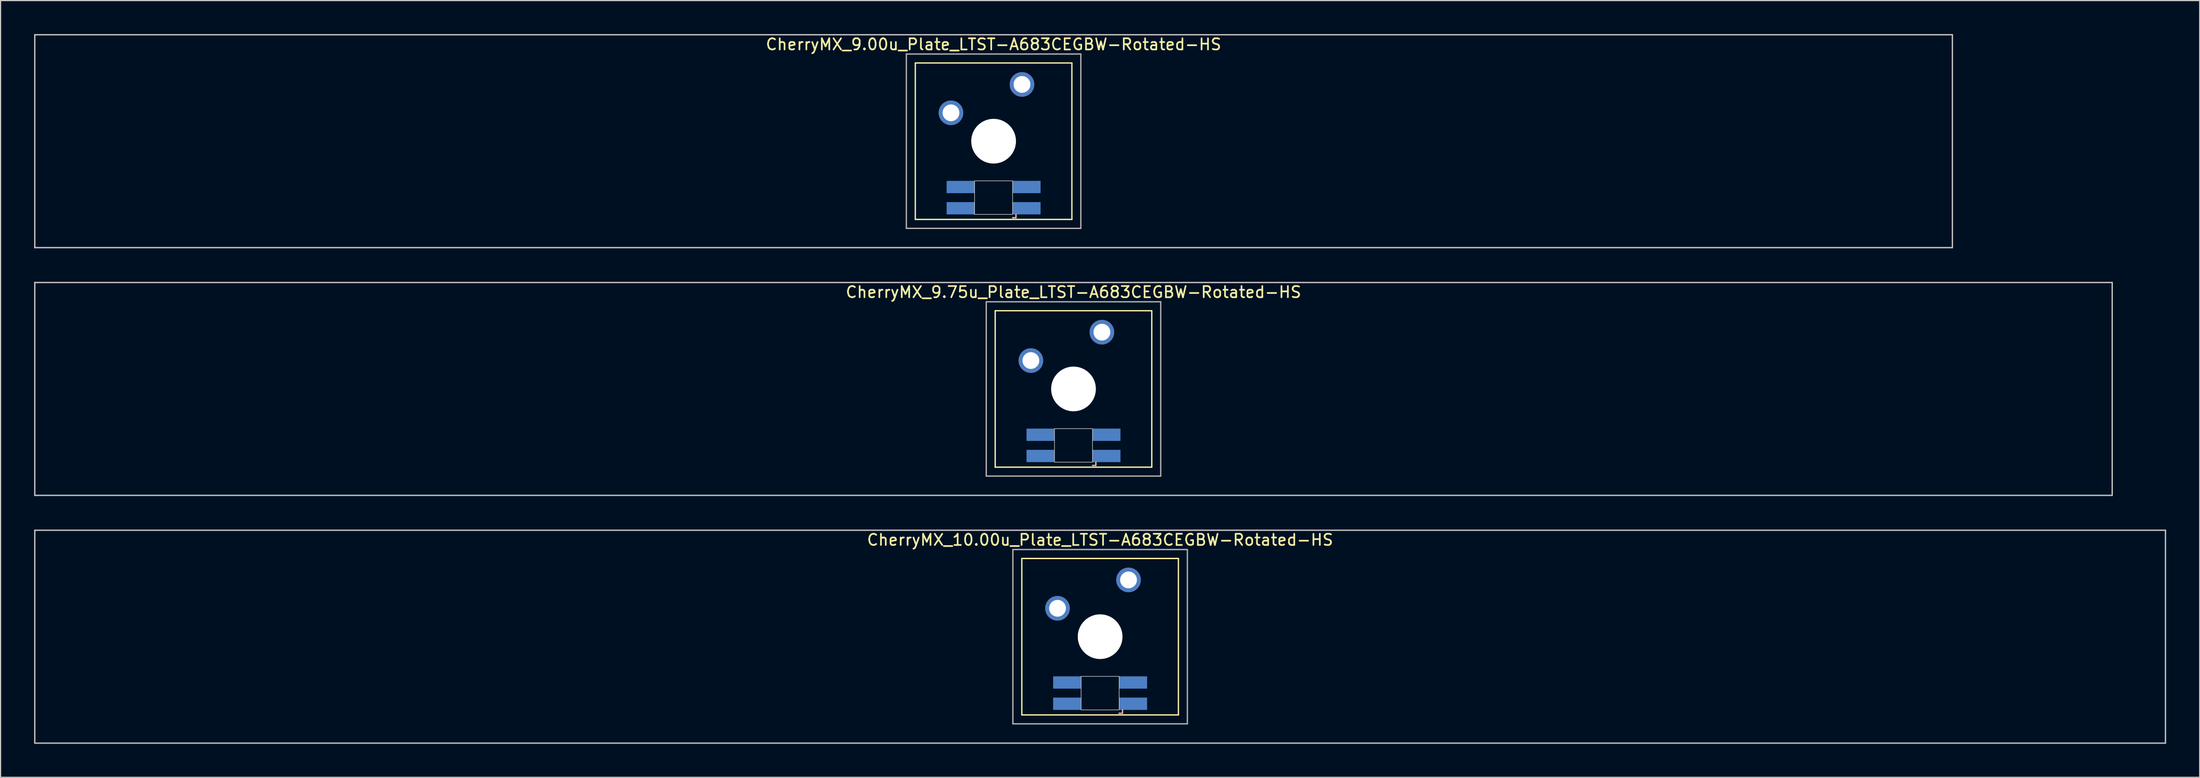
<source format=kicad_pcb>
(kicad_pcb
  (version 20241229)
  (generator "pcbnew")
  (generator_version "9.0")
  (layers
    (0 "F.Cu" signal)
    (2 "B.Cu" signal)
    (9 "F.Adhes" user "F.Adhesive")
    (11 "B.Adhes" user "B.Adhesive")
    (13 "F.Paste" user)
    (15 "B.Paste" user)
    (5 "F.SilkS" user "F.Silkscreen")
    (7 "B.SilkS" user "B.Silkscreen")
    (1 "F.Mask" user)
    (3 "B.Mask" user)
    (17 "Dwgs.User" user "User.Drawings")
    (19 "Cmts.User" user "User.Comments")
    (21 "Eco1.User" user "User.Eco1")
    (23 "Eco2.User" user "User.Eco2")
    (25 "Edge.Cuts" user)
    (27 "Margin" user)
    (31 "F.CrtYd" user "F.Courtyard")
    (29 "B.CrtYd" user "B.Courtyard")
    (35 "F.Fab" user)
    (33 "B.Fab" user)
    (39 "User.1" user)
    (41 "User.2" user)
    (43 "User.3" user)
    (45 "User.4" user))
  (footprint "CherryMX_10.00u_Plate_LTST-A683CEGBW-Rotated-HS"
    (layer "F.Cu")
    (at 95.31 53.925)
    (property "Reference" "CherryMX_10.00u_Plate_LTST-A683CEGBW-Rotated-HS" (at 0 -8.662 0) (layer "F.SilkS") (effects (font (size 1 1) (thickness 0.15))))
    (attr through_hole)
    (fp_line (start -7 -7) (end -7 7) (stroke (width 0.12) (type solid)) (layer "F.SilkS"))
    (fp_line (start -7 -7) (end 7 -7) (stroke (width 0.12) (type solid)) (layer "F.SilkS"))
    (fp_line (start 7 -7) (end 7 7) (stroke (width 0.12) (type solid)) (layer "F.SilkS"))
    (fp_line (start 7 7) (end -7 7) (stroke (width 0.12) (type solid)) (layer "F.SilkS"))
    (fp_line (start 1.7 6.85) (end 2 6.85) (stroke (width 0.12) (type solid)) (layer "B.SilkS"))
    (fp_line (start 2 6.85) (end 2 6.55) (stroke (width 0.12) (type solid)) (layer "B.SilkS"))
    (fp_line (start -95.25 -9.525) (end 95.25 -9.525) (stroke (width 0.12) (type solid)) (layer "Dwgs.User"))
    (fp_line (start -95.25 9.525) (end -95.25 -9.525) (stroke (width 0.12) (type solid)) (layer "Dwgs.User"))
    (fp_line (start 95.25 -9.525) (end 95.25 9.525) (stroke (width 0.12) (type solid)) (layer "Dwgs.User"))
    (fp_line (start 95.25 9.525) (end -95.25 9.525) (stroke (width 0.12) (type solid)) (layer "Dwgs.User"))
    (fp_line (start -1.7 3.55) (end 1.7 3.55) (stroke (width 0.05) (type solid)) (layer "Edge.Cuts"))
    (fp_line (start -1.7 6.55) (end -1.7 3.55) (stroke (width 0.05) (type solid)) (layer "Edge.Cuts"))
    (fp_line (start 1.7 3.55) (end 1.7 6.55) (stroke (width 0.05) (type solid)) (layer "Edge.Cuts"))
    (fp_line (start 1.7 6.55) (end -1.7 6.55) (stroke (width 0.05) (type solid)) (layer "Edge.Cuts"))
    (fp_line (start -7.8 -7.8) (end -7.8 7.8) (stroke (width 0.12) (type solid)) (layer "F.Fab"))
    (fp_line (start -7.8 -7.8) (end 7.8 -7.8) (stroke (width 0.12) (type solid)) (layer "F.Fab"))
    (fp_line (start -7.8 7.8) (end 7.8 7.8) (stroke (width 0.12) (type solid)) (layer "F.Fab"))
    (fp_line (start 7.8 -7.8) (end 7.8 7.8) (stroke (width 0.12) (type solid)) (layer "F.Fab"))
    (pad "" np_thru_hole circle (at 0 0) (size 4 4) (drill 4) (layers "*.Cu" "*.Mask"))
    (pad "1" thru_hole circle (at -3.81 -2.54) (size 2.2 2.2) (drill 1.5) (layers "*.Cu" "*.Mask"))
    (pad "2" thru_hole circle (at 2.54 -5.08) (size 2.2 2.2) (drill 1.5) (layers "*.Cu" "*.Mask"))
    (pad "3" smd rect (at 2.95 6) (size 2.5 1.1) (layers "B.Cu" "B.Mask" "B.Paste"))
    (pad "4" smd rect (at 2.95 4.1) (size 2.5 1.1) (layers "B.Cu" "B.Mask" "B.Paste"))
    (pad "5" smd rect (at -2.95 6) (size 2.5 1.1) (layers "B.Cu" "B.Mask" "B.Paste"))
    (pad "6" smd rect (at -2.95 4.1) (size 2.5 1.1) (layers "B.Cu" "B.Mask" "B.Paste")))
  (footprint "CherryMX_9.75u_Plate_LTST-A683CEGBW-Rotated-HS"
    (layer "F.Cu")
    (at 92.929 31.755)
    (property "Reference" "CherryMX_9.75u_Plate_LTST-A683CEGBW-Rotated-HS" (at 0 -8.662 0) (layer "F.SilkS") (effects (font (size 1 1) (thickness 0.15))))
    (attr through_hole)
    (fp_line (start -7 -7) (end -7 7) (stroke (width 0.12) (type solid)) (layer "F.SilkS"))
    (fp_line (start -7 -7) (end 7 -7) (stroke (width 0.12) (type solid)) (layer "F.SilkS"))
    (fp_line (start 7 -7) (end 7 7) (stroke (width 0.12) (type solid)) (layer "F.SilkS"))
    (fp_line (start 7 7) (end -7 7) (stroke (width 0.12) (type solid)) (layer "F.SilkS"))
    (fp_line (start 1.7 6.85) (end 2 6.85) (stroke (width 0.12) (type solid)) (layer "B.SilkS"))
    (fp_line (start 2 6.85) (end 2 6.55) (stroke (width 0.12) (type solid)) (layer "B.SilkS"))
    (fp_line (start -92.869 -9.525) (end 92.869 -9.525) (stroke (width 0.12) (type solid)) (layer "Dwgs.User"))
    (fp_line (start -92.869 9.525) (end -92.869 -9.525) (stroke (width 0.12) (type solid)) (layer "Dwgs.User"))
    (fp_line (start 92.869 -9.525) (end 92.869 9.525) (stroke (width 0.12) (type solid)) (layer "Dwgs.User"))
    (fp_line (start 92.869 9.525) (end -92.869 9.525) (stroke (width 0.12) (type solid)) (layer "Dwgs.User"))
    (fp_line (start -1.7 3.55) (end 1.7 3.55) (stroke (width 0.05) (type solid)) (layer "Edge.Cuts"))
    (fp_line (start -1.7 6.55) (end -1.7 3.55) (stroke (width 0.05) (type solid)) (layer "Edge.Cuts"))
    (fp_line (start 1.7 3.55) (end 1.7 6.55) (stroke (width 0.05) (type solid)) (layer "Edge.Cuts"))
    (fp_line (start 1.7 6.55) (end -1.7 6.55) (stroke (width 0.05) (type solid)) (layer "Edge.Cuts"))
    (fp_line (start -7.8 -7.8) (end -7.8 7.8) (stroke (width 0.12) (type solid)) (layer "F.Fab"))
    (fp_line (start -7.8 -7.8) (end 7.8 -7.8) (stroke (width 0.12) (type solid)) (layer "F.Fab"))
    (fp_line (start -7.8 7.8) (end 7.8 7.8) (stroke (width 0.12) (type solid)) (layer "F.Fab"))
    (fp_line (start 7.8 -7.8) (end 7.8 7.8) (stroke (width 0.12) (type solid)) (layer "F.Fab"))
    (pad "" np_thru_hole circle (at 0 0) (size 4 4) (drill 4) (layers "*.Cu" "*.Mask"))
    (pad "1" thru_hole circle (at -3.81 -2.54) (size 2.2 2.2) (drill 1.5) (layers "*.Cu" "*.Mask"))
    (pad "2" thru_hole circle (at 2.54 -5.08) (size 2.2 2.2) (drill 1.5) (layers "*.Cu" "*.Mask"))
    (pad "3" smd rect (at 2.95 6) (size 2.5 1.1) (layers "B.Cu" "B.Mask" "B.Paste"))
    (pad "4" smd rect (at 2.95 4.1) (size 2.5 1.1) (layers "B.Cu" "B.Mask" "B.Paste"))
    (pad "5" smd rect (at -2.95 6) (size 2.5 1.1) (layers "B.Cu" "B.Mask" "B.Paste"))
    (pad "6" smd rect (at -2.95 4.1) (size 2.5 1.1) (layers "B.Cu" "B.Mask" "B.Paste")))
  (footprint "CherryMX_9.00u_Plate_LTST-A683CEGBW-Rotated-HS"
    (layer "F.Cu")
    (at 85.785 9.585)
    (property "Reference" "CherryMX_9.00u_Plate_LTST-A683CEGBW-Rotated-HS" (at 0 -8.662 0) (layer "F.SilkS") (effects (font (size 1 1) (thickness 0.15))))
    (attr through_hole)
    (fp_line (start -7 -7) (end -7 7) (stroke (width 0.12) (type solid)) (layer "F.SilkS"))
    (fp_line (start -7 -7) (end 7 -7) (stroke (width 0.12) (type solid)) (layer "F.SilkS"))
    (fp_line (start 7 -7) (end 7 7) (stroke (width 0.12) (type solid)) (layer "F.SilkS"))
    (fp_line (start 7 7) (end -7 7) (stroke (width 0.12) (type solid)) (layer "F.SilkS"))
    (fp_line (start 1.7 6.85) (end 2 6.85) (stroke (width 0.12) (type solid)) (layer "B.SilkS"))
    (fp_line (start 2 6.85) (end 2 6.55) (stroke (width 0.12) (type solid)) (layer "B.SilkS"))
    (fp_line (start -85.725 -9.525) (end 85.725 -9.525) (stroke (width 0.12) (type solid)) (layer "Dwgs.User"))
    (fp_line (start -85.725 9.525) (end -85.725 -9.525) (stroke (width 0.12) (type solid)) (layer "Dwgs.User"))
    (fp_line (start 85.725 -9.525) (end 85.725 9.525) (stroke (width 0.12) (type solid)) (layer "Dwgs.User"))
    (fp_line (start 85.725 9.525) (end -85.725 9.525) (stroke (width 0.12) (type solid)) (layer "Dwgs.User"))
    (fp_line (start -1.7 3.55) (end 1.7 3.55) (stroke (width 0.05) (type solid)) (layer "Edge.Cuts"))
    (fp_line (start -1.7 6.55) (end -1.7 3.55) (stroke (width 0.05) (type solid)) (layer "Edge.Cuts"))
    (fp_line (start 1.7 3.55) (end 1.7 6.55) (stroke (width 0.05) (type solid)) (layer "Edge.Cuts"))
    (fp_line (start 1.7 6.55) (end -1.7 6.55) (stroke (width 0.05) (type solid)) (layer "Edge.Cuts"))
    (fp_line (start -7.8 -7.8) (end -7.8 7.8) (stroke (width 0.12) (type solid)) (layer "F.Fab"))
    (fp_line (start -7.8 -7.8) (end 7.8 -7.8) (stroke (width 0.12) (type solid)) (layer "F.Fab"))
    (fp_line (start -7.8 7.8) (end 7.8 7.8) (stroke (width 0.12) (type solid)) (layer "F.Fab"))
    (fp_line (start 7.8 -7.8) (end 7.8 7.8) (stroke (width 0.12) (type solid)) (layer "F.Fab"))
    (pad "" np_thru_hole circle (at 0 0) (size 4 4) (drill 4) (layers "*.Cu" "*.Mask"))
    (pad "1" thru_hole circle (at -3.81 -2.54) (size 2.2 2.2) (drill 1.5) (layers "*.Cu" "*.Mask"))
    (pad "2" thru_hole circle (at 2.54 -5.08) (size 2.2 2.2) (drill 1.5) (layers "*.Cu" "*.Mask"))
    (pad "3" smd rect (at 2.95 6) (size 2.5 1.1) (layers "B.Cu" "B.Mask" "B.Paste"))
    (pad "4" smd rect (at 2.95 4.1) (size 2.5 1.1) (layers "B.Cu" "B.Mask" "B.Paste"))
    (pad "5" smd rect (at -2.95 6) (size 2.5 1.1) (layers "B.Cu" "B.Mask" "B.Paste"))
    (pad "6" smd rect (at -2.95 4.1) (size 2.5 1.1) (layers "B.Cu" "B.Mask" "B.Paste")))
  (gr_rect
    (start -3 -3)
    (end 193.62 66.51)
    (stroke (width 0.1) (type default))
    (fill no)
    (layer "Edge.Cuts")))
</source>
